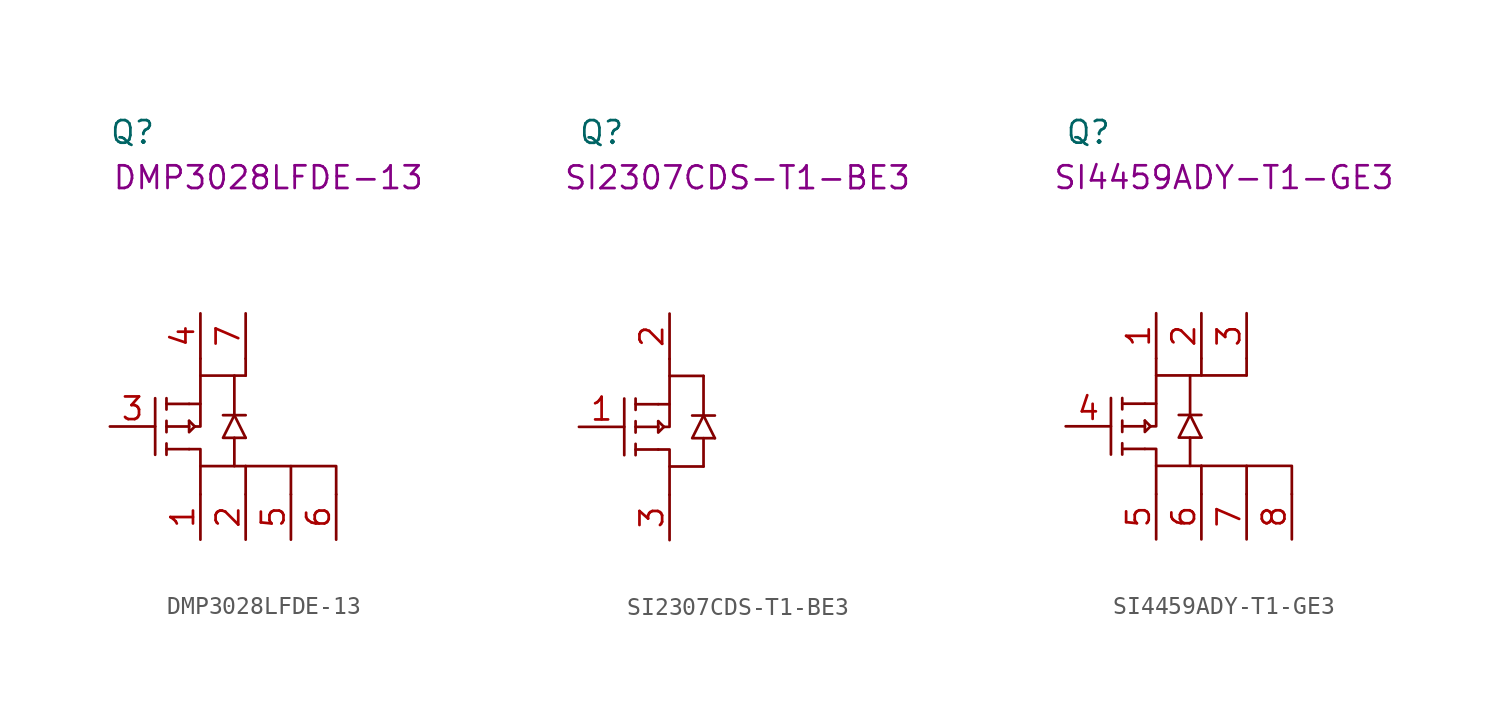
<source format=kicad_sym>
(kicad_symbol_lib
  (version 20211014)
  (generator kicad_symbol_editor)
  (symbol "DMP3028LFDE-13"
    (property "Reference" "Q"
      (at 1.27 16.51 0)
      (effects (font (size 1.27 1.27))))
    (property "P/N" "DMP3028LFDE-13"
      (at 8.89 13.97 0)
      (effects (font (size 1.27 1.27))))
    (symbol "DMP3028LFDE-13_0_0"
      (pin passive line (at 5.08 -6.35 90) (length 2.54) (name "" (effects (font (size 1.27 1.27)))) (number "1" (effects (font (size 1.27 1.27)))))
      (pin passive line (at 7.62 -6.35 90) (length 2.54) (name "" (effects (font (size 1.27 1.27)))) (number "2" (effects (font (size 1.27 1.27)))))
      (pin passive line (at 0 0 0) (length 2.54) (name "" (effects (font (size 1.27 1.27)))) (number "3" (effects (font (size 1.27 1.27)))))
      (pin passive line (at 5.08 6.35 270) (length 2.54) (name "" (effects (font (size 1.27 1.27)))) (number "4" (effects (font (size 1.27 1.27)))))
      (pin passive line (at 10.16 -6.35 90) (length 2.54) (name "" (effects (font (size 1.27 1.27)))) (number "5" (effects (font (size 1.27 1.27)))))
      (pin passive line (at 12.7 -6.35 90) (length 2.54) (name "" (effects (font (size 1.27 1.27)))) (number "6" (effects (font (size 1.27 1.27)))))
      (pin passive line (at 7.62 6.35 270) (length 2.54) (name "" (effects (font (size 1.27 1.27)))) (number "7" (effects (font (size 1.27 1.27))))))
    (symbol "DMP3028LFDE-13_0_1"
      (polyline (pts (xy 2.54 -1.587) (xy 2.54 1.587)) (stroke (width 0) (type default) (color 0 0 0 0)) (fill (type none)))
      (polyline (pts (xy 3.175 -1.27) (xy 4.445 -1.27)) (stroke (width 0) (type default) (color 0 0 0 0)) (fill (type none)))
      (polyline (pts (xy 3.175 -0.953) (xy 3.175 -1.587)) (stroke (width 0) (type default) (color 0 0 0 0)) (fill (type none)))
      (polyline (pts (xy 3.175 0.318) (xy 3.175 -0.318)) (stroke (width 0) (type default) (color 0 0 0 0)) (fill (type none)))
      (polyline (pts (xy 3.175 1.27) (xy 4.445 1.27)) (stroke (width 0) (type default) (color 0 0 0 0)) (fill (type none)))
      (polyline (pts (xy 3.175 1.587) (xy 3.175 0.953)) (stroke (width 0) (type default) (color 0 0 0 0)) (fill (type none)))
      (polyline (pts (xy 4.445 0) (xy 3.175 0)) (stroke (width 0) (type default) (color 0 0 0 0)) (fill (type none)))
      (polyline (pts (xy 4.763 0) (xy 4.445 0.318)) (stroke (width 0) (type default) (color 0 0 0 0)) (fill (type none)))
      (polyline (pts (xy 5.08 -3.81) (xy 5.08 -2.223)) (stroke (width 0) (type default) (color 0 0 0 0)) (fill (type none)))
      (polyline (pts (xy 5.08 2.857) (xy 5.08 3.81)) (stroke (width 0) (type default) (color 0 0 0 0)) (fill (type none)))
      (polyline (pts (xy 6.985 -0.635) (xy 6.985 -2.223)) (stroke (width 0) (type default) (color 0 0 0 0)) (fill (type none)))
      (polyline (pts (xy 6.985 0.635) (xy 6.985 2.857)) (stroke (width 0) (type default) (color 0 0 0 0)) (fill (type none)))
      (polyline (pts (xy 7.62 -3.81) (xy 7.62 -2.223)) (stroke (width 0) (type default) (color 0 0 0 0)) (fill (type none)))
      (polyline (pts (xy 7.62 -0.635) (xy 6.985 0.635)) (stroke (width 0) (type default) (color 0 0 0 0)) (fill (type none)))
      (polyline (pts (xy 7.62 0.635) (xy 6.35 0.635)) (stroke (width 0) (type default) (color 0 0 0 0)) (fill (type none)))
      (polyline (pts (xy 7.62 2.857) (xy 7.62 3.81)) (stroke (width 0) (type default) (color 0 0 0 0)) (fill (type none)))
      (polyline (pts (xy 4.445 0.318) (xy 4.445 -0.318) (xy 4.763 0)) (stroke (width 0) (type default) (color 0 0 0 0)) (fill (type none)))
      (polyline (pts (xy 4.763 0) (xy 5.08 0) (xy 5.08 1.27)) (stroke (width 0) (type default) (color 0 0 0 0)) (fill (type none)))
      (polyline (pts (xy 7.62 -2.223) (xy 10.16 -2.223) (xy 10.16 -3.81)) (stroke (width 0) (type default) (color 0 0 0 0)) (fill (type none)))
      (polyline (pts (xy 7.62 -0.635) (xy 6.35 -0.635) (xy 6.985 0.635)) (stroke (width 0) (type default) (color 0 0 0 0)) (fill (type none)))
      (polyline (pts (xy 10.16 -2.223) (xy 12.7 -2.223) (xy 12.7 -3.81)) (stroke (width 0) (type default) (color 0 0 0 0)) (fill (type none)))
      (polyline (pts (xy 4.445 -1.27) (xy 5.08 -1.27) (xy 5.08 -2.223) (xy 7.62 -2.223)) (stroke (width 0) (type default) (color 0 0 0 0)) (fill (type none)))
      (polyline (pts (xy 4.445 1.27) (xy 5.08 1.27) (xy 5.08 2.857) (xy 7.62 2.857)) (stroke (width 0) (type default) (color 0 0 0 0)) (fill (type none)))))
  (symbol "SI2307CDS-T1-BE3"
    (property "Reference" "Q"
      (at 1.27 16.51 0)
      (effects (font (size 1.27 1.27))))
    (property "P/N" "SI2307CDS-T1-BE3"
      (at 8.89 13.97 0)
      (effects (font (size 1.27 1.27))))
    (symbol "SI2307CDS-T1-BE3_0_0"
      (pin passive line (at 0 0 0) (length 2.54) (name "" (effects (font (size 1.27 1.27)))) (number "1" (effects (font (size 1.27 1.27)))))
      (pin passive line (at 5.08 6.35 270) (length 2.54) (name "" (effects (font (size 1.27 1.27)))) (number "2" (effects (font (size 1.27 1.27)))))
      (pin passive line (at 5.08 -6.35 90) (length 2.54) (name "" (effects (font (size 1.27 1.27)))) (number "3" (effects (font (size 1.27 1.27))))))
    (symbol "SI2307CDS-T1-BE3_0_1"
      (polyline (pts (xy 2.54 -1.587) (xy 2.54 1.587)) (stroke (width 0) (type default) (color 0 0 0 0)) (fill (type none)))
      (polyline (pts (xy 3.175 -1.27) (xy 4.445 -1.27)) (stroke (width 0) (type default) (color 0 0 0 0)) (fill (type none)))
      (polyline (pts (xy 3.175 -0.953) (xy 3.175 -1.587)) (stroke (width 0) (type default) (color 0 0 0 0)) (fill (type none)))
      (polyline (pts (xy 3.175 0.318) (xy 3.175 -0.318)) (stroke (width 0) (type default) (color 0 0 0 0)) (fill (type none)))
      (polyline (pts (xy 3.175 1.27) (xy 4.445 1.27)) (stroke (width 0) (type default) (color 0 0 0 0)) (fill (type none)))
      (polyline (pts (xy 3.175 1.587) (xy 3.175 0.953)) (stroke (width 0) (type default) (color 0 0 0 0)) (fill (type none)))
      (polyline (pts (xy 4.445 0) (xy 3.175 0)) (stroke (width 0) (type default) (color 0 0 0 0)) (fill (type none)))
      (polyline (pts (xy 4.763 0) (xy 4.445 0.318)) (stroke (width 0) (type default) (color 0 0 0 0)) (fill (type none)))
      (polyline (pts (xy 5.08 -3.81) (xy 5.08 -2.223)) (stroke (width 0) (type default) (color 0 0 0 0)) (fill (type none)))
      (polyline (pts (xy 5.08 2.857) (xy 5.08 3.81)) (stroke (width 0) (type default) (color 0 0 0 0)) (fill (type none)))
      (polyline (pts (xy 6.985 -0.635) (xy 6.985 -2.223)) (stroke (width 0) (type default) (color 0 0 0 0)) (fill (type none)))
      (polyline (pts (xy 6.985 0.635) (xy 6.985 2.857)) (stroke (width 0) (type default) (color 0 0 0 0)) (fill (type none)))
      (polyline (pts (xy 7.62 -0.635) (xy 6.985 0.635)) (stroke (width 0) (type default) (color 0 0 0 0)) (fill (type none)))
      (polyline (pts (xy 7.62 0.635) (xy 6.35 0.635)) (stroke (width 0) (type default) (color 0 0 0 0)) (fill (type none)))
      (polyline (pts (xy 4.445 0.318) (xy 4.445 -0.318) (xy 4.763 0)) (stroke (width 0) (type default) (color 0 0 0 0)) (fill (type none)))
      (polyline (pts (xy 4.763 0) (xy 5.08 0) (xy 5.08 1.27)) (stroke (width 0) (type default) (color 0 0 0 0)) (fill (type none)))
      (polyline (pts (xy 7.62 -0.635) (xy 6.35 -0.635) (xy 6.985 0.635)) (stroke (width 0) (type default) (color 0 0 0 0)) (fill (type none)))
      (polyline (pts (xy 4.445 -1.27) (xy 5.08 -1.27) (xy 5.08 -2.223) (xy 6.985 -2.223)) (stroke (width 0) (type default) (color 0 0 0 0)) (fill (type none)))
      (polyline (pts (xy 4.445 1.27) (xy 5.08 1.27) (xy 5.08 2.857) (xy 6.985 2.857)) (stroke (width 0) (type default) (color 0 0 0 0)) (fill (type none)))))
  (symbol "SI4459ADY-T1-GE3"
    (property "Reference" "Q"
      (at 1.27 16.51 0)
      (effects (font (size 1.27 1.27))))
    (property "P/N" "SI4459ADY-T1-GE3"
      (at 8.89 13.97 0)
      (effects (font (size 1.27 1.27))))
    (symbol "SI4459ADY-T1-GE3_0_0"
      (pin passive line (at 5.08 6.35 270) (length 2.54) (name "" (effects (font (size 1.27 1.27)))) (number "1" (effects (font (size 1.27 1.27)))))
      (pin passive line (at 7.62 6.35 270) (length 2.54) (name "" (effects (font (size 1.27 1.27)))) (number "2" (effects (font (size 1.27 1.27)))))
      (pin passive line (at 10.16 6.35 270) (length 2.54) (name "" (effects (font (size 1.27 1.27)))) (number "3" (effects (font (size 1.27 1.27)))))
      (pin passive line (at 0 0 0) (length 2.54) (name "" (effects (font (size 1.27 1.27)))) (number "4" (effects (font (size 1.27 1.27)))))
      (pin passive line (at 5.08 -6.35 90) (length 2.54) (name "" (effects (font (size 1.27 1.27)))) (number "5" (effects (font (size 1.27 1.27)))))
      (pin passive line (at 7.62 -6.35 90) (length 2.54) (name "" (effects (font (size 1.27 1.27)))) (number "6" (effects (font (size 1.27 1.27)))))
      (pin passive line (at 10.16 -6.35 90) (length 2.54) (name "" (effects (font (size 1.27 1.27)))) (number "7" (effects (font (size 1.27 1.27)))))
      (pin passive line (at 12.7 -6.35 90) (length 2.54) (name "" (effects (font (size 1.27 1.27)))) (number "8" (effects (font (size 1.27 1.27))))))
    (symbol "SI4459ADY-T1-GE3_0_1"
      (polyline (pts (xy 2.54 -1.587) (xy 2.54 1.587)) (stroke (width 0) (type default) (color 0 0 0 0)) (fill (type none)))
      (polyline (pts (xy 3.175 -1.27) (xy 4.445 -1.27)) (stroke (width 0) (type default) (color 0 0 0 0)) (fill (type none)))
      (polyline (pts (xy 3.175 -0.953) (xy 3.175 -1.587)) (stroke (width 0) (type default) (color 0 0 0 0)) (fill (type none)))
      (polyline (pts (xy 3.175 0.318) (xy 3.175 -0.318)) (stroke (width 0) (type default) (color 0 0 0 0)) (fill (type none)))
      (polyline (pts (xy 3.175 1.27) (xy 4.445 1.27)) (stroke (width 0) (type default) (color 0 0 0 0)) (fill (type none)))
      (polyline (pts (xy 3.175 1.587) (xy 3.175 0.953)) (stroke (width 0) (type default) (color 0 0 0 0)) (fill (type none)))
      (polyline (pts (xy 4.445 0) (xy 3.175 0)) (stroke (width 0) (type default) (color 0 0 0 0)) (fill (type none)))
      (polyline (pts (xy 4.763 0) (xy 4.445 0.318)) (stroke (width 0) (type default) (color 0 0 0 0)) (fill (type none)))
      (polyline (pts (xy 5.08 -3.81) (xy 5.08 -2.223)) (stroke (width 0) (type default) (color 0 0 0 0)) (fill (type none)))
      (polyline (pts (xy 5.08 2.857) (xy 5.08 3.81)) (stroke (width 0) (type default) (color 0 0 0 0)) (fill (type none)))
      (polyline (pts (xy 6.985 -0.635) (xy 6.985 -2.223)) (stroke (width 0) (type default) (color 0 0 0 0)) (fill (type none)))
      (polyline (pts (xy 6.985 0.635) (xy 6.985 2.857)) (stroke (width 0) (type default) (color 0 0 0 0)) (fill (type none)))
      (polyline (pts (xy 7.62 -3.81) (xy 7.62 -2.223)) (stroke (width 0) (type default) (color 0 0 0 0)) (fill (type none)))
      (polyline (pts (xy 7.62 -0.635) (xy 6.985 0.635)) (stroke (width 0) (type default) (color 0 0 0 0)) (fill (type none)))
      (polyline (pts (xy 7.62 0.635) (xy 6.35 0.635)) (stroke (width 0) (type default) (color 0 0 0 0)) (fill (type none)))
      (polyline (pts (xy 7.62 2.857) (xy 7.62 3.81)) (stroke (width 0) (type default) (color 0 0 0 0)) (fill (type none)))
      (polyline (pts (xy 10.16 2.857) (xy 10.16 3.81)) (stroke (width 0) (type default) (color 0 0 0 0)) (fill (type none)))
      (polyline (pts (xy 4.445 0.318) (xy 4.445 -0.318) (xy 4.763 0)) (stroke (width 0) (type default) (color 0 0 0 0)) (fill (type none)))
      (polyline (pts (xy 4.763 0) (xy 5.08 0) (xy 5.08 1.27)) (stroke (width 0) (type default) (color 0 0 0 0)) (fill (type none)))
      (polyline (pts (xy 7.62 -2.223) (xy 10.16 -2.223) (xy 10.16 -3.81)) (stroke (width 0) (type default) (color 0 0 0 0)) (fill (type none)))
      (polyline (pts (xy 7.62 -0.635) (xy 6.35 -0.635) (xy 6.985 0.635)) (stroke (width 0) (type default) (color 0 0 0 0)) (fill (type none)))
      (polyline (pts (xy 10.16 -2.223) (xy 12.7 -2.223) (xy 12.7 -3.81)) (stroke (width 0) (type default) (color 0 0 0 0)) (fill (type none)))
      (polyline (pts (xy 4.445 -1.27) (xy 5.08 -1.27) (xy 5.08 -2.223) (xy 7.62 -2.223)) (stroke (width 0) (type default) (color 0 0 0 0)) (fill (type none)))
      (polyline (pts (xy 4.445 1.27) (xy 5.08 1.27) (xy 5.08 2.857) (xy 10.16 2.857)) (stroke (width 0) (type default) (color 0 0 0 0)) (fill (type none))))))
</source>
